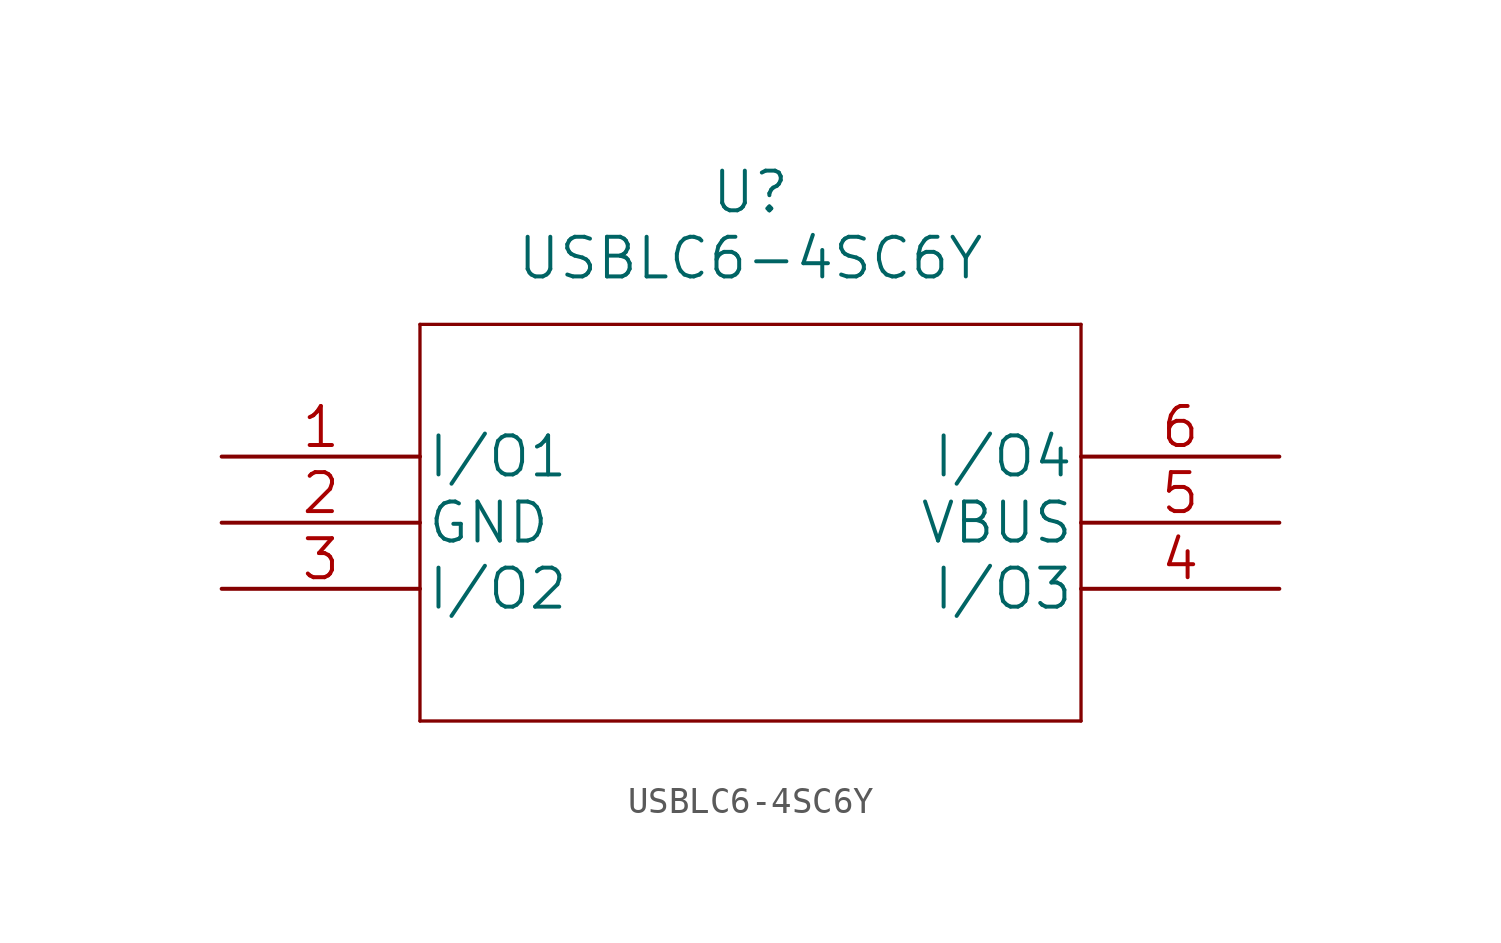
<source format=kicad_sym>
(kicad_symbol_lib
  (version 20211014)
  (generator kicad_symbol_editor)
  (symbol "USBLC6-4SC6Y"
    (pin_names
      (offset 0.254))
    (property "Reference" "U"
      (at 20.32 10.16 0)
      (effects (font (size 1.524 1.524))))
    (property "Value" "USBLC6-4SC6Y"
      (at 20.32 7.62 0)
      (effects (font (size 1.524 1.524))))
    (property "Datasheet" ""
      (at 0 0 0)
      (effects (font (size 1.524 1.524))))
    (property "ki_locked" ""
      (at 0 0 0)
      (effects (font (size 1.27 1.27))))
    (symbol "USBLC6-4SC6Y_1_1"
      (polyline (pts (xy 7.62 -10.16) (xy 33.02 -10.16)) (stroke (width 0.127) (type default) (color 0 0 0 0)) (fill (type none)))
      (polyline (pts (xy 7.62 5.08) (xy 7.62 -10.16)) (stroke (width 0.127) (type default) (color 0 0 0 0)) (fill (type none)))
      (polyline (pts (xy 33.02 -10.16) (xy 33.02 5.08)) (stroke (width 0.127) (type default) (color 0 0 0 0)) (fill (type none)))
      (polyline (pts (xy 33.02 5.08) (xy 7.62 5.08)) (stroke (width 0.127) (type default) (color 0 0 0 0)) (fill (type none)))
      (pin bidirectional line (at 0 0 0) (length 7.62) (name "I/O1" (effects (font (size 1.499 1.499)))) (number "1" (effects (font (size 1.499 1.499)))))
      (pin power_in line (at 0 -2.54 0) (length 7.62) (name "GND" (effects (font (size 1.499 1.499)))) (number "2" (effects (font (size 1.499 1.499)))))
      (pin bidirectional line (at 0 -5.08 0) (length 7.62) (name "I/O2" (effects (font (size 1.499 1.499)))) (number "3" (effects (font (size 1.499 1.499)))))
      (pin bidirectional line (at 40.64 -5.08 180) (length 7.62) (name "I/O3" (effects (font (size 1.499 1.499)))) (number "4" (effects (font (size 1.499 1.499)))))
      (pin power_in line (at 40.64 -2.54 180) (length 7.62) (name "VBUS" (effects (font (size 1.499 1.499)))) (number "5" (effects (font (size 1.499 1.499)))))
      (pin bidirectional line (at 40.64 0 180) (length 7.62) (name "I/O4" (effects (font (size 1.499 1.499)))) (number "6" (effects (font (size 1.499 1.499))))))))
</source>
